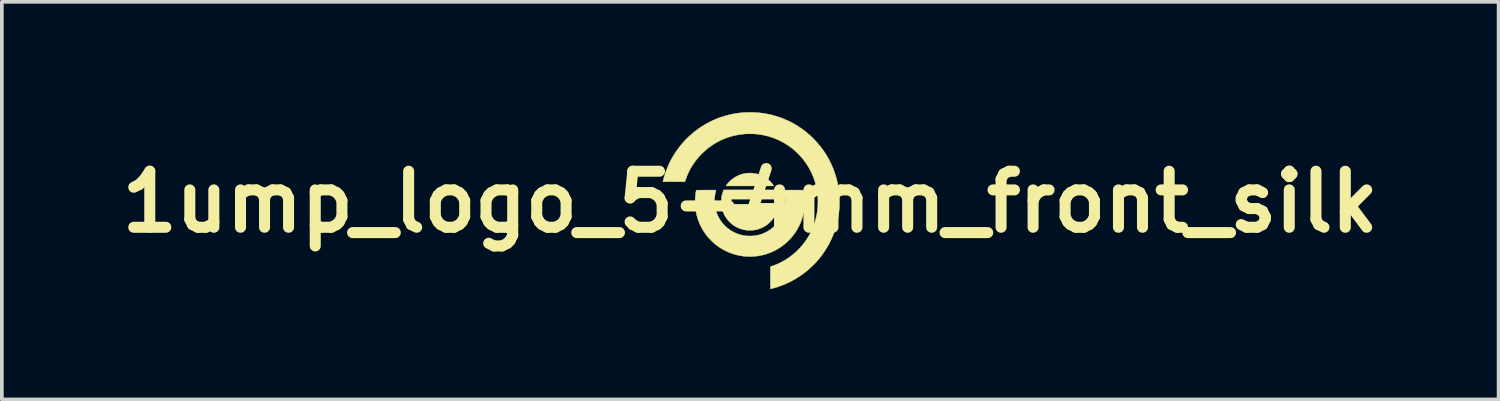
<source format=kicad_pcb>
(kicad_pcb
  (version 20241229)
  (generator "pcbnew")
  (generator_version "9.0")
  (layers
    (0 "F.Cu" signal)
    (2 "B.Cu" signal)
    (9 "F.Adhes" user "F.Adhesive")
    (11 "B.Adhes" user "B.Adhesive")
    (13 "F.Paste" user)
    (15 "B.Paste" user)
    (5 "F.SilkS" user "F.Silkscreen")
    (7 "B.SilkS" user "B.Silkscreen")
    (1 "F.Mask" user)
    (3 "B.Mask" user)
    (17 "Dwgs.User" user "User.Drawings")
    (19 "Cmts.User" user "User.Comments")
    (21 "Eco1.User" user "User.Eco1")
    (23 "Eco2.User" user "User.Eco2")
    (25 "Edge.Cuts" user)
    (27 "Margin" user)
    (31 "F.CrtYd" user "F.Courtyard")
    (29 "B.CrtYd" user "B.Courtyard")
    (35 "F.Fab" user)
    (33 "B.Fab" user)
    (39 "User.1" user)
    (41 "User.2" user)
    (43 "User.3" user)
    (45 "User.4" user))
  (footprint "1ump_logo_5-4mm_front_silk"
    (layer "F.Cu")
    (at 17.352 2.441)
    (property "Reference" "1ump_logo_5-4mm_front_silk" (at 0 0 0) (layer "F.SilkS") (effects (font (size 1.524 1.524) (thickness 0.3))))
    (attr through_hole)
    (fp_poly (pts (xy 0.079 -0.78) (xy 0.15 -0.769) (xy 0.19 -0.76) (xy 0.258 -0.739) (xy 0.324 -0.711) (xy 0.388 -0.677) (xy 0.449 -0.637) (xy 0.506 -0.592) (xy 0.558 -0.542) (xy 0.604 -0.488) (xy 0.631 -0.452) (xy 0.643 -0.435) (xy -0.661 -0.435) (xy -0.65 -0.452) (xy -0.607 -0.508) (xy -0.558 -0.56) (xy -0.504 -0.608) (xy -0.446 -0.651) (xy -0.384 -0.689) (xy -0.32 -0.721) (xy -0.253 -0.747) (xy -0.208 -0.76) (xy -0.138 -0.775) (xy -0.066 -0.783) (xy 0.007 -0.785) (xy 0.079 -0.78)) (stroke (width 0.01) (type solid)) (fill yes) (layer "F.SilkS"))
    (fp_poly (pts (xy 0.718 -0.289) (xy 0.736 -0.238) (xy 0.75 -0.188) (xy 0.76 -0.137) (xy 0.762 -0.127) (xy 0.764 -0.112) (xy 0.766 -0.098) (xy 0.768 -0.088) (xy 0.768 -0.088) (xy 0.77 -0.076) (xy -0.515 -0.076) (xy -0.515 0.062) (xy 0.77 0.062) (xy 0.767 0.079) (xy 0.758 0.137) (xy 0.747 0.189) (xy 0.732 0.238) (xy 0.715 0.286) (xy 0.693 0.335) (xy 0.691 0.34) (xy 0.655 0.404) (xy 0.614 0.464) (xy 0.567 0.521) (xy 0.515 0.572) (xy 0.459 0.619) (xy 0.399 0.66) (xy 0.335 0.695) (xy 0.268 0.724) (xy 0.199 0.747) (xy 0.19 0.749) (xy 0.143 0.76) (xy 0.092 0.768) (xy 0.039 0.773) (xy -0.012 0.775) (xy -0.06 0.773) (xy -0.067 0.773) (xy -0.142 0.763) (xy -0.214 0.747) (xy -0.284 0.725) (xy -0.351 0.696) (xy -0.415 0.661) (xy -0.475 0.621) (xy -0.531 0.575) (xy -0.582 0.524) (xy -0.629 0.468) (xy -0.671 0.408) (xy -0.707 0.344) (xy -0.737 0.275) (xy -0.742 0.264) (xy -0.762 0.202) (xy -0.776 0.139) (xy -0.785 0.074) (xy -0.788 0.006) (xy -0.788 -0.005) (xy -0.786 -0.066) (xy -0.781 -0.122) (xy -0.771 -0.175) (xy -0.757 -0.228) (xy -0.738 -0.283) (xy -0.736 -0.289) (xy -0.722 -0.327) (xy 0.703 -0.327) (xy 0.718 -0.289)) (stroke (width 0.01) (type solid)) (fill yes) (layer "F.SilkS"))
    (fp_poly (pts (xy 1.068 -0.322) (xy 1.109 -0.322) (xy 1.156 -0.322) (xy 1.18 -0.322) (xy 1.449 -0.321) (xy 1.456 -0.29) (xy 1.465 -0.238) (xy 1.472 -0.181) (xy 1.478 -0.121) (xy 1.481 -0.06) (xy 1.482 -0.000358) (xy 1.481 0.056) (xy 1.481 0.067) (xy 1.471 0.173) (xy 1.455 0.277) (xy 1.432 0.378) (xy 1.403 0.477) (xy 1.367 0.572) (xy 1.324 0.665) (xy 1.275 0.754) (xy 1.22 0.841) (xy 1.158 0.923) (xy 1.09 1.002) (xy 1.045 1.049) (xy 0.969 1.12) (xy 0.888 1.186) (xy 0.804 1.245) (xy 0.716 1.298) (xy 0.626 1.345) (xy 0.532 1.385) (xy 0.435 1.419) (xy 0.336 1.446) (xy 0.234 1.466) (xy 0.188 1.473) (xy 0.167 1.476) (xy 0.141 1.478) (xy 0.114 1.48) (xy 0.085 1.483) (xy 0.056 1.484) (xy 0.029 1.486) (xy 0.006 1.487) (xy -0.013 1.487) (xy -0.022 1.487) (xy -0.034 1.486) (xy -0.05 1.486) (xy -0.065 1.485) (xy -0.168 1.478) (xy -0.27 1.463) (xy -0.37 1.442) (xy -0.468 1.414) (xy -0.563 1.38) (xy -0.656 1.339) (xy -0.745 1.292) (xy -0.831 1.239) (xy -0.914 1.18) (xy -0.993 1.115) (xy -1.067 1.045) (xy -1.137 0.97) (xy -1.203 0.889) (xy -1.217 0.87) (xy -1.274 0.785) (xy -1.326 0.696) (xy -1.371 0.604) (xy -1.409 0.509) (xy -1.441 0.411) (xy -1.467 0.312) (xy -1.484 0.216) (xy -1.49 0.177) (xy -1.494 0.141) (xy -1.497 0.106) (xy -1.498 0.07) (xy -1.499 0.031) (xy -1.5 -0.007) (xy -1.497 -0.093) (xy -1.491 -0.177) (xy -1.48 -0.257) (xy -1.47 -0.308) (xy -1.467 -0.321) (xy -1.198 -0.322) (xy -1.147 -0.322) (xy -1.103 -0.322) (xy -1.066 -0.322) (xy -1.034 -0.322) (xy -1.008 -0.322) (xy -0.986 -0.322) (xy -0.969 -0.322) (xy -0.956 -0.322) (xy -0.946 -0.321) (xy -0.939 -0.321) (xy -0.934 -0.32) (xy -0.932 -0.319) (xy -0.93 -0.318) (xy -0.93 -0.317) (xy -0.931 -0.316) (xy -0.942 -0.276) (xy -0.951 -0.231) (xy -0.959 -0.182) (xy -0.966 -0.132) (xy -0.97 -0.083) (xy -0.971 -0.036) (xy -0.971 0.002) (xy -0.963 0.087) (xy -0.95 0.169) (xy -0.93 0.248) (xy -0.904 0.323) (xy -0.871 0.396) (xy -0.832 0.466) (xy -0.786 0.535) (xy -0.774 0.552) (xy -0.755 0.575) (xy -0.733 0.6) (xy -0.707 0.628) (xy -0.681 0.655) (xy -0.654 0.68) (xy -0.63 0.702) (xy -0.613 0.716) (xy -0.55 0.762) (xy -0.483 0.804) (xy -0.413 0.839) (xy -0.341 0.869) (xy -0.268 0.893) (xy -0.212 0.907) (xy -0.132 0.92) (xy -0.05 0.926) (xy 0.033 0.926) (xy 0.116 0.919) (xy 0.194 0.907) (xy 0.257 0.891) (xy 0.321 0.87) (xy 0.385 0.844) (xy 0.446 0.814) (xy 0.503 0.781) (xy 0.515 0.774) (xy 0.576 0.731) (xy 0.634 0.682) (xy 0.69 0.628) (xy 0.74 0.57) (xy 0.786 0.51) (xy 0.807 0.478) (xy 0.848 0.406) (xy 0.882 0.331) (xy 0.909 0.254) (xy 0.93 0.175) (xy 0.944 0.094) (xy 0.952 0.011) (xy 0.952 -0.071) (xy 0.946 -0.155) (xy 0.94 -0.195) (xy 0.936 -0.217) (xy 0.931 -0.241) (xy 0.925 -0.266) (xy 0.92 -0.29) (xy 0.915 -0.309) (xy 0.912 -0.316) (xy 0.912 -0.318) (xy 0.913 -0.319) (xy 0.915 -0.32) (xy 0.918 -0.32) (xy 0.924 -0.321) (xy 0.933 -0.321) (xy 0.944 -0.322) (xy 0.96 -0.322) (xy 0.979 -0.322) (xy 1.004 -0.322) (xy 1.033 -0.322) (xy 1.068 -0.322)) (stroke (width 0.01) (type solid)) (fill yes) (layer "F.SilkS"))
    (fp_poly (pts (xy 0.103 -2.434) (xy 0.233 -2.425) (xy 0.363 -2.409) (xy 0.492 -2.386) (xy 0.582 -2.366) (xy 0.71 -2.33) (xy 0.834 -2.289) (xy 0.956 -2.24) (xy 1.074 -2.186) (xy 1.19 -2.125) (xy 1.301 -2.058) (xy 1.409 -1.985) (xy 1.513 -1.907) (xy 1.612 -1.823) (xy 1.707 -1.733) (xy 1.798 -1.639) (xy 1.884 -1.539) (xy 1.964 -1.435) (xy 2.039 -1.325) (xy 2.08 -1.261) (xy 2.144 -1.148) (xy 2.202 -1.032) (xy 2.254 -0.912) (xy 2.299 -0.79) (xy 2.338 -0.666) (xy 2.37 -0.539) (xy 2.395 -0.412) (xy 2.413 -0.29) (xy 2.417 -0.247) (xy 2.421 -0.207) (xy 2.424 -0.169) (xy 2.426 -0.131) (xy 2.428 -0.092) (xy 2.428 -0.049) (xy 2.428 -0.004) (xy 2.428 0.044) (xy 2.427 0.087) (xy 2.426 0.126) (xy 2.424 0.163) (xy 2.421 0.201) (xy 2.417 0.241) (xy 2.413 0.283) (xy 2.394 0.413) (xy 2.369 0.54) (xy 2.336 0.666) (xy 2.297 0.79) (xy 2.252 0.911) (xy 2.2 1.029) (xy 2.142 1.144) (xy 2.078 1.256) (xy 2.008 1.365) (xy 1.933 1.47) (xy 1.852 1.571) (xy 1.765 1.667) (xy 1.674 1.759) (xy 1.577 1.846) (xy 1.475 1.929) (xy 1.369 2.005) (xy 1.338 2.026) (xy 1.227 2.096) (xy 1.114 2.158) (xy 0.999 2.214) (xy 0.882 2.263) (xy 0.761 2.307) (xy 0.646 2.342) (xy 0.623 2.348) (xy 0.602 2.353) (xy 0.584 2.358) (xy 0.57 2.362) (xy 0.562 2.364) (xy 0.562 2.364) (xy 0.548 2.366) (xy 0.548 1.762) (xy 0.6 1.744) (xy 0.702 1.706) (xy 0.801 1.661) (xy 0.899 1.61) (xy 0.994 1.553) (xy 1.085 1.49) (xy 1.173 1.421) (xy 1.257 1.347) (xy 1.336 1.268) (xy 1.411 1.185) (xy 1.471 1.109) (xy 1.538 1.014) (xy 1.598 0.916) (xy 1.652 0.815) (xy 1.699 0.711) (xy 1.74 0.605) (xy 1.774 0.497) (xy 1.801 0.387) (xy 1.821 0.275) (xy 1.835 0.162) (xy 1.841 0.049) (xy 1.841 -0.066) (xy 1.834 -0.181) (xy 1.819 -0.296) (xy 1.816 -0.315) (xy 1.793 -0.428) (xy 1.764 -0.539) (xy 1.727 -0.648) (xy 1.685 -0.754) (xy 1.635 -0.856) (xy 1.58 -0.956) (xy 1.518 -1.052) (xy 1.45 -1.144) (xy 1.376 -1.233) (xy 1.301 -1.312) (xy 1.216 -1.391) (xy 1.128 -1.465) (xy 1.035 -1.532) (xy 0.939 -1.594) (xy 0.839 -1.649) (xy 0.736 -1.698) (xy 0.631 -1.74) (xy 0.522 -1.776) (xy 0.411 -1.806) (xy 0.298 -1.828) (xy 0.183 -1.843) (xy 0.142 -1.847) (xy 0.115 -1.849) (xy 0.083 -1.85) (xy 0.047 -1.851) (xy 0.009 -1.851) (xy -0.03 -1.851) (xy -0.068 -1.851) (xy -0.103 -1.85) (xy -0.134 -1.849) (xy -0.156 -1.847) (xy -0.271 -1.834) (xy -0.385 -1.814) (xy -0.497 -1.788) (xy -0.607 -1.754) (xy -0.714 -1.714) (xy -0.819 -1.667) (xy -0.822 -1.665) (xy -0.922 -1.613) (xy -1.018 -1.554) (xy -1.11 -1.489) (xy -1.198 -1.419) (xy -1.282 -1.344) (xy -1.361 -1.265) (xy -1.435 -1.18) (xy -1.504 -1.092) (xy -1.567 -1) (xy -1.624 -0.904) (xy -1.676 -0.805) (xy -1.721 -0.703) (xy -1.757 -0.605) (xy -1.776 -0.548) (xy -2.376 -0.548) (xy -2.367 -0.583) (xy -2.345 -0.67) (xy -2.317 -0.76) (xy -2.285 -0.85) (xy -2.249 -0.941) (xy -2.211 -1.029) (xy -2.17 -1.113) (xy -2.15 -1.152) (xy -2.082 -1.269) (xy -2.01 -1.381) (xy -1.931 -1.488) (xy -1.848 -1.591) (xy -1.759 -1.689) (xy -1.665 -1.781) (xy -1.566 -1.869) (xy -1.462 -1.951) (xy -1.354 -2.028) (xy -1.24 -2.099) (xy -1.147 -2.152) (xy -1.031 -2.21) (xy -0.912 -2.262) (xy -0.791 -2.307) (xy -0.667 -2.345) (xy -0.541 -2.377) (xy -0.414 -2.402) (xy -0.286 -2.42) (xy -0.157 -2.432) (xy -0.027 -2.436) (xy 0.103 -2.434)) (stroke (width 0.01) (type solid)) (fill yes) (layer "F.SilkS")))
  (gr_rect
    (start -3 -3)
    (end 37.704 7.813)
    (stroke (width 0.1) (type default))
    (fill no)
    (layer "Edge.Cuts")))
</source>
